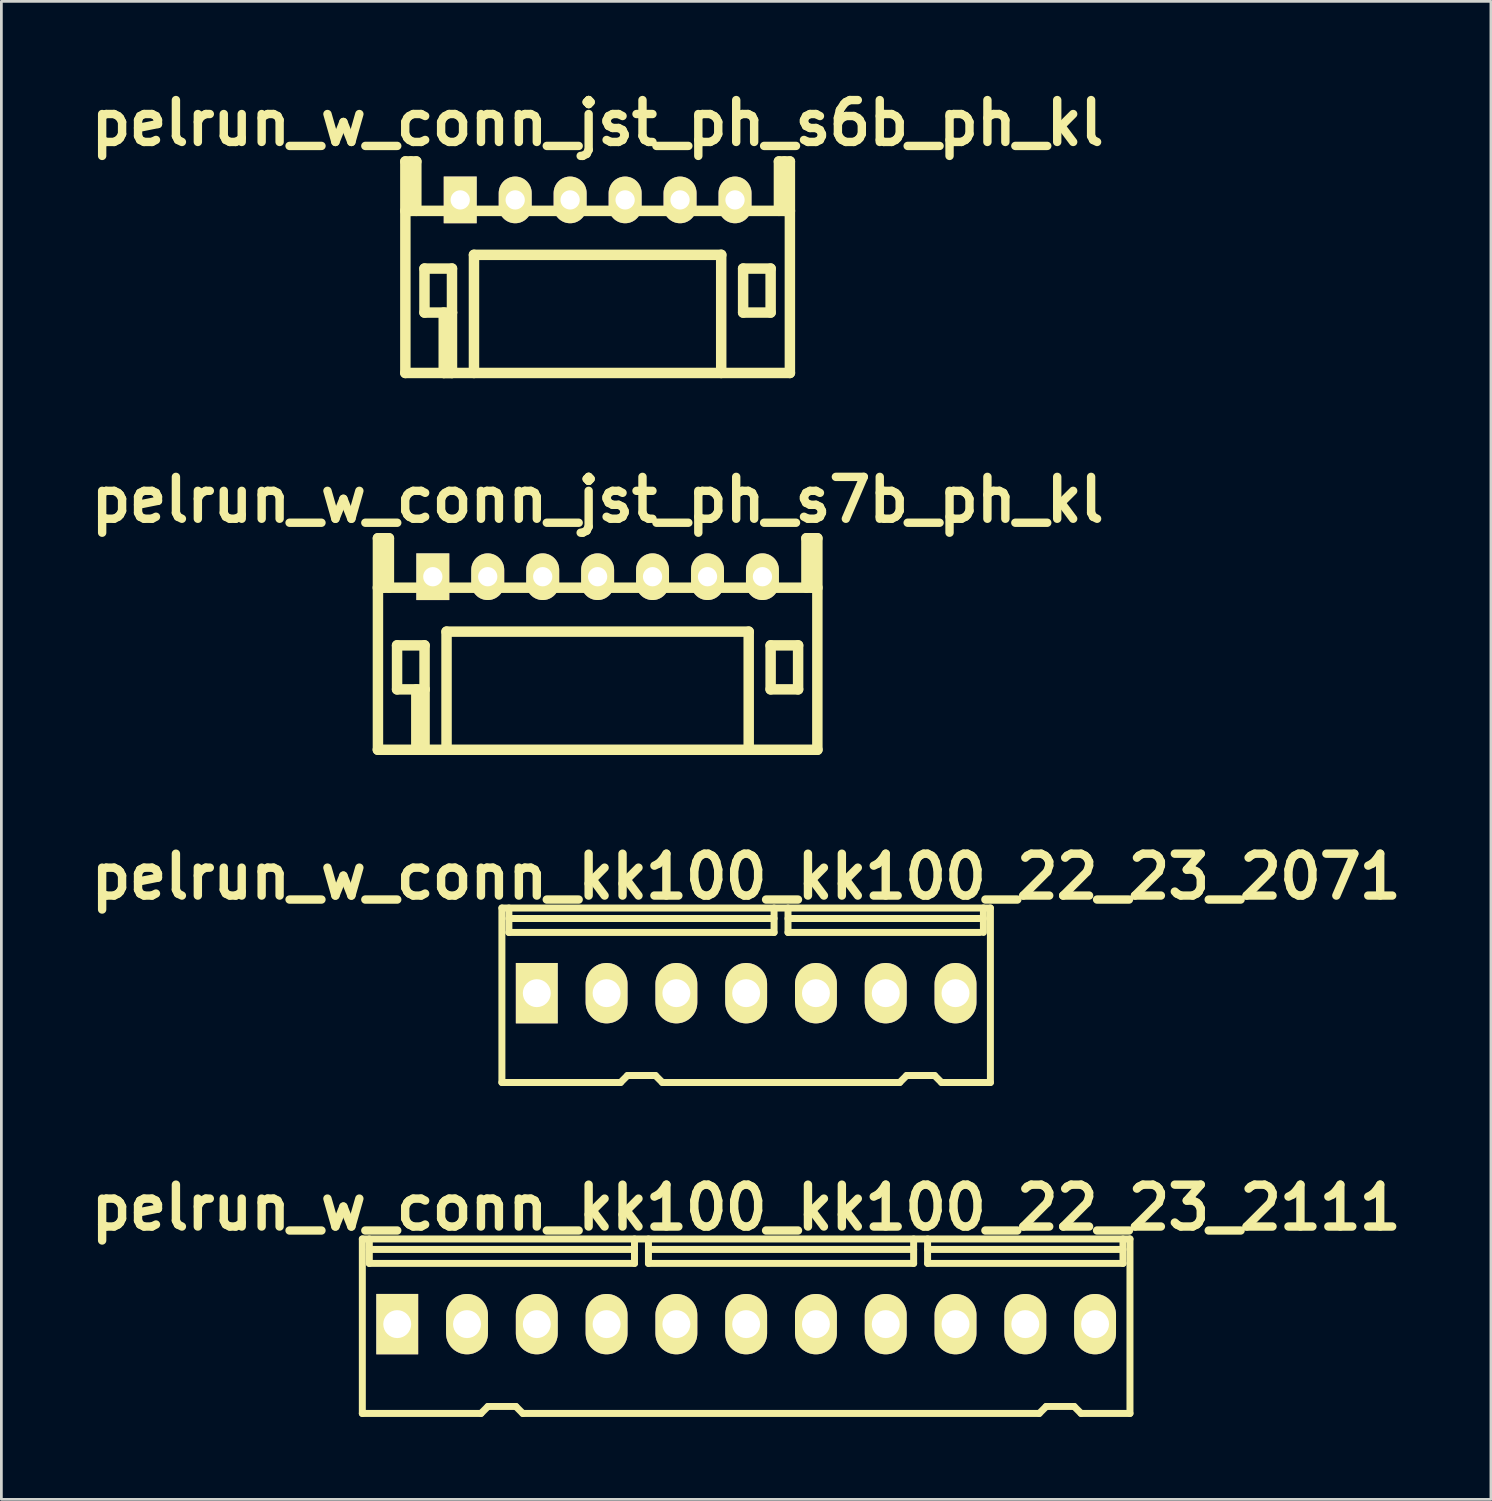
<source format=kicad_pcb>
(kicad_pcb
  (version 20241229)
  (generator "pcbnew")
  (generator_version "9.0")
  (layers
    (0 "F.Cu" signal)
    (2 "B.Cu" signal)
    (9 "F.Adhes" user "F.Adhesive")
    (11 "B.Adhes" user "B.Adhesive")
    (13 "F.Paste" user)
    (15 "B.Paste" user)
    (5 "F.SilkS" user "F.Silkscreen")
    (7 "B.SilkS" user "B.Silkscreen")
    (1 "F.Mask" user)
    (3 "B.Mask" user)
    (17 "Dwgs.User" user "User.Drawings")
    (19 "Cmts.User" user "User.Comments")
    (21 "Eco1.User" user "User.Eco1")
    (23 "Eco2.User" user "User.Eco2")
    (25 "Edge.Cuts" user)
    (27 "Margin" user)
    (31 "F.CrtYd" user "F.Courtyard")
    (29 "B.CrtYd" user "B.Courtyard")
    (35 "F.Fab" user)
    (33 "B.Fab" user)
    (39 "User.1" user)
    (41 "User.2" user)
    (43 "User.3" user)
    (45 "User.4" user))
  (footprint "pelrun_w_conn_jst_ph_s6b_ph_kl"
    (layer "F.Cu")
    (at 18.702 4.226)
    (property "Reference" "pelrun_w_conn_jst_ph_s6b_ph_kl" (at 0 -2.799 0) (layer "F.SilkS") (effects (font (size 1.524 1.524) (thickness 0.305))))
    (attr through_hole)
    (fp_line (start -7 6.299) (end 7 6.299) (stroke (width 0.381) (type solid)) (layer "F.SilkS"))
    (fp_line (start -6.998 -1.4) (end -6.998 6.299) (stroke (width 0.381) (type solid)) (layer "F.SilkS"))
    (fp_line (start -6.797 -1.4) (end -6.797 0.399) (stroke (width 0.381) (type solid)) (layer "F.SilkS"))
    (fp_line (start -6.599 -1.4) (end -6.998 -1.4) (stroke (width 0.381) (type solid)) (layer "F.SilkS"))
    (fp_line (start -6.599 0.399) (end -6.599 -1.4) (stroke (width 0.381) (type solid)) (layer "F.SilkS"))
    (fp_line (start -6.302 2.499) (end -5.301 2.499) (stroke (width 0.381) (type solid)) (layer "F.SilkS"))
    (fp_line (start -6.302 4.1) (end -6.302 2.499) (stroke (width 0.381) (type solid)) (layer "F.SilkS"))
    (fp_line (start -5.601 6.299) (end -5.601 4.1) (stroke (width 0.381) (type solid)) (layer "F.SilkS"))
    (fp_line (start -5.301 2.499) (end -5.301 4.1) (stroke (width 0.381) (type solid)) (layer "F.SilkS"))
    (fp_line (start -5.301 4.1) (end -6.302 4.1) (stroke (width 0.381) (type solid)) (layer "F.SilkS"))
    (fp_line (start -5.301 4.1) (end -5.301 6.299) (stroke (width 0.381) (type solid)) (layer "F.SilkS"))
    (fp_line (start -5.301 6.299) (end -5.601 6.299) (stroke (width 0.381) (type solid)) (layer "F.SilkS"))
    (fp_line (start -4.501 1.999) (end -4.501 6.299) (stroke (width 0.381) (type solid)) (layer "F.SilkS"))
    (fp_line (start -4.501 1.999) (end 4.501 1.999) (stroke (width 0.381) (type solid)) (layer "F.SilkS"))
    (fp_line (start 4.498 1.999) (end 4.498 6.299) (stroke (width 0.381) (type solid)) (layer "F.SilkS"))
    (fp_line (start 5.296 2.499) (end 6.297 2.499) (stroke (width 0.381) (type solid)) (layer "F.SilkS"))
    (fp_line (start 5.296 4.1) (end 5.296 2.499) (stroke (width 0.381) (type solid)) (layer "F.SilkS"))
    (fp_line (start 6.297 2.499) (end 6.297 4.1) (stroke (width 0.381) (type solid)) (layer "F.SilkS"))
    (fp_line (start 6.297 4.1) (end 5.296 4.1) (stroke (width 0.381) (type solid)) (layer "F.SilkS"))
    (fp_line (start 6.599 -1.4) (end 6.599 0.399) (stroke (width 0.381) (type solid)) (layer "F.SilkS"))
    (fp_line (start 6.797 -1.4) (end 6.797 0.399) (stroke (width 0.381) (type solid)) (layer "F.SilkS"))
    (fp_line (start 6.998 -1.4) (end 6.599 -1.4) (stroke (width 0.381) (type solid)) (layer "F.SilkS"))
    (fp_line (start 6.998 6.299) (end 6.998 -1.4) (stroke (width 0.381) (type solid)) (layer "F.SilkS"))
    (fp_line (start 7 0.399) (end -7 0.399) (stroke (width 0.381) (type solid)) (layer "F.SilkS"))
    (pad "1" thru_hole rect (at -5.001 0) (size 1.199 1.699) (drill 0.701) (layers "*.Cu" "*.Mask" "F.SilkS"))
    (pad "2" thru_hole oval (at -3 0) (size 1.199 1.699) (drill 0.701) (layers "*.Cu" "*.Mask" "F.SilkS"))
    (pad "3" thru_hole oval (at -1.001 0) (size 1.199 1.699) (drill 0.701) (layers "*.Cu" "*.Mask" "F.SilkS"))
    (pad "4" thru_hole oval (at 1.001 0) (size 1.199 1.699) (drill 0.701) (layers "*.Cu" "*.Mask" "F.SilkS"))
    (pad "5" thru_hole oval (at 3 0) (size 1.199 1.699) (drill 0.701) (layers "*.Cu" "*.Mask" "F.SilkS"))
    (pad "6" thru_hole oval (at 5.001 0) (size 1.199 1.699) (drill 0.701) (layers "*.Cu" "*.Mask" "F.SilkS")))
  (footprint "pelrun_w_conn_jst_ph_s7b_ph_kl"
    (layer "F.Cu")
    (at 18.702 17.941)
    (property "Reference" "pelrun_w_conn_jst_ph_s7b_ph_kl" (at 0 -2.799 0) (layer "F.SilkS") (effects (font (size 1.524 1.524) (thickness 0.305))))
    (attr through_hole)
    (fp_line (start -8.001 0.399) (end 8.001 0.399) (stroke (width 0.381) (type solid)) (layer "F.SilkS"))
    (fp_line (start -7.996 -1.4) (end -7.996 6.299) (stroke (width 0.381) (type solid)) (layer "F.SilkS"))
    (fp_line (start -7.795 -1.4) (end -7.795 0.399) (stroke (width 0.381) (type solid)) (layer "F.SilkS"))
    (fp_line (start -7.597 -1.4) (end -7.996 -1.4) (stroke (width 0.381) (type solid)) (layer "F.SilkS"))
    (fp_line (start -7.597 0.399) (end -7.597 -1.4) (stroke (width 0.381) (type solid)) (layer "F.SilkS"))
    (fp_line (start -7.3 2.499) (end -6.299 2.499) (stroke (width 0.381) (type solid)) (layer "F.SilkS"))
    (fp_line (start -7.3 4.1) (end -7.3 2.499) (stroke (width 0.381) (type solid)) (layer "F.SilkS"))
    (fp_line (start -6.599 6.299) (end -6.599 4.1) (stroke (width 0.381) (type solid)) (layer "F.SilkS"))
    (fp_line (start -6.299 2.499) (end -6.299 4.1) (stroke (width 0.381) (type solid)) (layer "F.SilkS"))
    (fp_line (start -6.299 4.1) (end -7.3 4.1) (stroke (width 0.381) (type solid)) (layer "F.SilkS"))
    (fp_line (start -6.299 4.1) (end -6.299 6.299) (stroke (width 0.381) (type solid)) (layer "F.SilkS"))
    (fp_line (start -6.299 6.299) (end -6.599 6.299) (stroke (width 0.381) (type solid)) (layer "F.SilkS"))
    (fp_line (start -5.499 1.999) (end -5.499 6.299) (stroke (width 0.381) (type solid)) (layer "F.SilkS"))
    (fp_line (start -5.499 1.999) (end 5.499 1.999) (stroke (width 0.381) (type solid)) (layer "F.SilkS"))
    (fp_line (start 5.499 1.999) (end 5.499 6.299) (stroke (width 0.381) (type solid)) (layer "F.SilkS"))
    (fp_line (start 6.297 2.499) (end 7.297 2.499) (stroke (width 0.381) (type solid)) (layer "F.SilkS"))
    (fp_line (start 6.297 4.1) (end 6.297 2.499) (stroke (width 0.381) (type solid)) (layer "F.SilkS"))
    (fp_line (start 7.297 2.499) (end 7.297 4.1) (stroke (width 0.381) (type solid)) (layer "F.SilkS"))
    (fp_line (start 7.297 4.1) (end 6.297 4.1) (stroke (width 0.381) (type solid)) (layer "F.SilkS"))
    (fp_line (start 7.6 -1.4) (end 7.6 0.399) (stroke (width 0.381) (type solid)) (layer "F.SilkS"))
    (fp_line (start 7.798 -1.4) (end 7.798 0.399) (stroke (width 0.381) (type solid)) (layer "F.SilkS"))
    (fp_line (start 7.998 -1.4) (end 7.6 -1.4) (stroke (width 0.381) (type solid)) (layer "F.SilkS"))
    (fp_line (start 7.998 6.299) (end 7.998 -1.4) (stroke (width 0.381) (type solid)) (layer "F.SilkS"))
    (fp_line (start 8.001 6.299) (end -8.001 6.299) (stroke (width 0.381) (type solid)) (layer "F.SilkS"))
    (pad "1" thru_hole rect (at -5.999 0) (size 1.199 1.699) (drill 0.701) (layers "*.Cu" "*.Mask" "F.SilkS"))
    (pad "2" thru_hole oval (at -4 0) (size 1.199 1.699) (drill 0.701) (layers "*.Cu" "*.Mask" "F.SilkS"))
    (pad "3" thru_hole oval (at -1.999 0) (size 1.199 1.699) (drill 0.701) (layers "*.Cu" "*.Mask" "F.SilkS"))
    (pad "4" thru_hole oval (at 0 0) (size 1.199 1.699) (drill 0.701) (layers "*.Cu" "*.Mask" "F.SilkS"))
    (pad "5" thru_hole oval (at 1.999 0) (size 1.199 1.699) (drill 0.701) (layers "*.Cu" "*.Mask" "F.SilkS"))
    (pad "6" thru_hole oval (at 4 0) (size 1.199 1.699) (drill 0.701) (layers "*.Cu" "*.Mask" "F.SilkS"))
    (pad "7" thru_hole oval (at 5.999 0) (size 1.199 1.699) (drill 0.701) (layers "*.Cu" "*.Mask" "F.SilkS")))
  (footprint "pelrun_w_conn_kk100_kk100_22_23_2071"
    (layer "F.Cu")
    (at 24.108 33.175)
    (property "Reference" "pelrun_w_conn_kk100_kk100_22_23_2071" (at 0 -4.318 0) (layer "F.SilkS") (effects (font (size 1.524 1.524) (thickness 0.305))))
    (attr through_hole)
    (fp_line (start -8.89 3.175) (end -8.89 -3.175) (stroke (width 0.254) (type solid)) (layer "F.SilkS"))
    (fp_line (start -8.636 -2.286) (end -8.636 -3.175) (stroke (width 0.254) (type solid)) (layer "F.SilkS"))
    (fp_line (start -4.572 3.175) (end -8.89 3.175) (stroke (width 0.254) (type solid)) (layer "F.SilkS"))
    (fp_line (start -4.318 2.921) (end -4.572 3.175) (stroke (width 0.254) (type solid)) (layer "F.SilkS"))
    (fp_line (start -4.318 2.921) (end -3.302 2.921) (stroke (width 0.254) (type solid)) (layer "F.SilkS"))
    (fp_line (start -3.302 2.921) (end -3.048 3.175) (stroke (width 0.254) (type solid)) (layer "F.SilkS"))
    (fp_line (start -3.048 3.175) (end 5.588 3.175) (stroke (width 0.254) (type solid)) (layer "F.SilkS"))
    (fp_line (start 1.016 -2.794) (end -8.636 -2.794) (stroke (width 0.254) (type solid)) (layer "F.SilkS"))
    (fp_line (start 1.016 -2.286) (end -8.636 -2.286) (stroke (width 0.254) (type solid)) (layer "F.SilkS"))
    (fp_line (start 1.016 -2.286) (end 1.016 -3.175) (stroke (width 0.254) (type solid)) (layer "F.SilkS"))
    (fp_line (start 1.524 -2.794) (end 8.636 -2.794) (stroke (width 0.254) (type solid)) (layer "F.SilkS"))
    (fp_line (start 1.524 -2.286) (end 1.524 -3.175) (stroke (width 0.254) (type solid)) (layer "F.SilkS"))
    (fp_line (start 1.524 -2.286) (end 8.509 -2.286) (stroke (width 0.254) (type solid)) (layer "F.SilkS"))
    (fp_line (start 5.842 2.921) (end 5.588 3.175) (stroke (width 0.254) (type solid)) (layer "F.SilkS"))
    (fp_line (start 5.842 2.921) (end 6.858 2.921) (stroke (width 0.254) (type solid)) (layer "F.SilkS"))
    (fp_line (start 6.858 2.921) (end 7.112 3.175) (stroke (width 0.254) (type solid)) (layer "F.SilkS"))
    (fp_line (start 7.112 3.175) (end 8.89 3.175) (stroke (width 0.254) (type solid)) (layer "F.SilkS"))
    (fp_line (start 8.636 -2.286) (end 8.636 -3.175) (stroke (width 0.254) (type solid)) (layer "F.SilkS"))
    (fp_line (start 8.89 -3.175) (end -8.89 -3.175) (stroke (width 0.254) (type solid)) (layer "F.SilkS"))
    (fp_line (start 8.89 -3.175) (end 8.89 3.175) (stroke (width 0.254) (type solid)) (layer "F.SilkS"))
    (pad "1" thru_hole rect (at -7.62 -0.076) (size 1.524 2.197) (drill 1.016) (layers "*.Cu" "*.Mask" "F.SilkS"))
    (pad "2" thru_hole oval (at -5.08 -0.076) (size 1.524 2.197) (drill 1.016) (layers "*.Cu" "*.Mask" "F.SilkS"))
    (pad "3" thru_hole oval (at -2.54 -0.076) (size 1.524 2.197) (drill 1.016) (layers "*.Cu" "*.Mask" "F.SilkS"))
    (pad "4" thru_hole oval (at 0 -0.076) (size 1.524 2.197) (drill 1.016) (layers "*.Cu" "*.Mask" "F.SilkS"))
    (pad "5" thru_hole oval (at 2.54 -0.076) (size 1.524 2.197) (drill 1.016) (layers "*.Cu" "*.Mask" "F.SilkS"))
    (pad "6" thru_hole oval (at 5.08 -0.076) (size 1.524 2.197) (drill 1.016) (layers "*.Cu" "*.Mask" "F.SilkS"))
    (pad "7" thru_hole oval (at 7.62 -0.076) (size 1.524 2.197) (drill 1.016) (layers "*.Cu" "*.Mask" "F.SilkS")))
  (footprint "pelrun_w_conn_kk100_kk100_22_23_2111"
    (layer "F.Cu")
    (at 24.108 45.221)
    (property "Reference" "pelrun_w_conn_kk100_kk100_22_23_2111" (at 0 -4.318 0) (layer "F.SilkS") (effects (font (size 1.524 1.524) (thickness 0.305))))
    (attr through_hole)
    (fp_line (start -13.97 -3.175) (end 13.97 -3.175) (stroke (width 0.254) (type solid)) (layer "F.SilkS"))
    (fp_line (start -13.97 3.175) (end -13.97 -3.175) (stroke (width 0.254) (type solid)) (layer "F.SilkS"))
    (fp_line (start -13.716 -2.286) (end -13.716 -3.175) (stroke (width 0.254) (type solid)) (layer "F.SilkS"))
    (fp_line (start -9.652 3.175) (end -13.97 3.175) (stroke (width 0.254) (type solid)) (layer "F.SilkS"))
    (fp_line (start -9.398 2.921) (end -9.652 3.175) (stroke (width 0.254) (type solid)) (layer "F.SilkS"))
    (fp_line (start -9.398 2.921) (end -8.382 2.921) (stroke (width 0.254) (type solid)) (layer "F.SilkS"))
    (fp_line (start -8.382 2.921) (end -8.128 3.175) (stroke (width 0.254) (type solid)) (layer "F.SilkS"))
    (fp_line (start -8.128 3.175) (end 10.668 3.175) (stroke (width 0.254) (type solid)) (layer "F.SilkS"))
    (fp_line (start -4.064 -2.794) (end -13.716 -2.794) (stroke (width 0.254) (type solid)) (layer "F.SilkS"))
    (fp_line (start -4.064 -2.286) (end -13.716 -2.286) (stroke (width 0.254) (type solid)) (layer "F.SilkS"))
    (fp_line (start -4.064 -2.286) (end -4.064 -3.175) (stroke (width 0.254) (type solid)) (layer "F.SilkS"))
    (fp_line (start -3.556 -2.794) (end 6.096 -2.794) (stroke (width 0.254) (type solid)) (layer "F.SilkS"))
    (fp_line (start -3.556 -2.286) (end -3.556 -3.175) (stroke (width 0.254) (type solid)) (layer "F.SilkS"))
    (fp_line (start -3.556 -2.286) (end 6.096 -2.286) (stroke (width 0.254) (type solid)) (layer "F.SilkS"))
    (fp_line (start 6.096 -2.286) (end 6.096 -3.175) (stroke (width 0.254) (type solid)) (layer "F.SilkS"))
    (fp_line (start 6.604 -2.794) (end 13.716 -2.794) (stroke (width 0.254) (type solid)) (layer "F.SilkS"))
    (fp_line (start 6.604 -2.286) (end 6.604 -3.175) (stroke (width 0.254) (type solid)) (layer "F.SilkS"))
    (fp_line (start 6.604 -2.286) (end 13.716 -2.286) (stroke (width 0.254) (type solid)) (layer "F.SilkS"))
    (fp_line (start 10.922 2.921) (end 10.668 3.175) (stroke (width 0.254) (type solid)) (layer "F.SilkS"))
    (fp_line (start 10.922 2.921) (end 11.938 2.921) (stroke (width 0.254) (type solid)) (layer "F.SilkS"))
    (fp_line (start 11.938 2.921) (end 12.192 3.175) (stroke (width 0.254) (type solid)) (layer "F.SilkS"))
    (fp_line (start 12.192 3.175) (end 13.97 3.175) (stroke (width 0.254) (type solid)) (layer "F.SilkS"))
    (fp_line (start 13.716 -2.286) (end 13.716 -3.175) (stroke (width 0.254) (type solid)) (layer "F.SilkS"))
    (fp_line (start 13.97 -3.175) (end 13.97 3.175) (stroke (width 0.254) (type solid)) (layer "F.SilkS"))
    (pad "1" thru_hole rect (at -12.7 -0.076) (size 1.524 2.197) (drill 1.016) (layers "*.Cu" "*.Mask" "F.SilkS"))
    (pad "2" thru_hole oval (at -10.16 -0.076) (size 1.524 2.197) (drill 1.016) (layers "*.Cu" "*.Mask" "F.SilkS"))
    (pad "3" thru_hole oval (at -7.62 -0.076) (size 1.524 2.197) (drill 1.016) (layers "*.Cu" "*.Mask" "F.SilkS"))
    (pad "4" thru_hole oval (at -5.08 -0.076) (size 1.524 2.197) (drill 1.016) (layers "*.Cu" "*.Mask" "F.SilkS"))
    (pad "5" thru_hole oval (at -2.54 -0.076) (size 1.524 2.197) (drill 1.016) (layers "*.Cu" "*.Mask" "F.SilkS"))
    (pad "6" thru_hole oval (at 0 -0.076) (size 1.524 2.197) (drill 1.016) (layers "*.Cu" "*.Mask" "F.SilkS"))
    (pad "7" thru_hole oval (at 2.54 -0.076) (size 1.524 2.197) (drill 1.016) (layers "*.Cu" "*.Mask" "F.SilkS"))
    (pad "8" thru_hole oval (at 5.08 -0.076) (size 1.524 2.197) (drill 1.016) (layers "*.Cu" "*.Mask" "F.SilkS"))
    (pad "9" thru_hole oval (at 7.62 -0.076) (size 1.524 2.197) (drill 1.016) (layers "*.Cu" "*.Mask" "F.SilkS"))
    (pad "10" thru_hole oval (at 10.16 -0.076) (size 1.524 2.197) (drill 1.016) (layers "*.Cu" "*.Mask" "F.SilkS"))
    (pad "11" thru_hole oval (at 12.7 -0.076) (size 1.524 2.197) (drill 1.016) (layers "*.Cu" "*.Mask" "F.SilkS")))
  (gr_rect
    (start -3 -3)
    (end 51.216 51.523)
    (stroke (width 0.1) (type default))
    (fill no)
    (layer "Edge.Cuts")))
</source>
